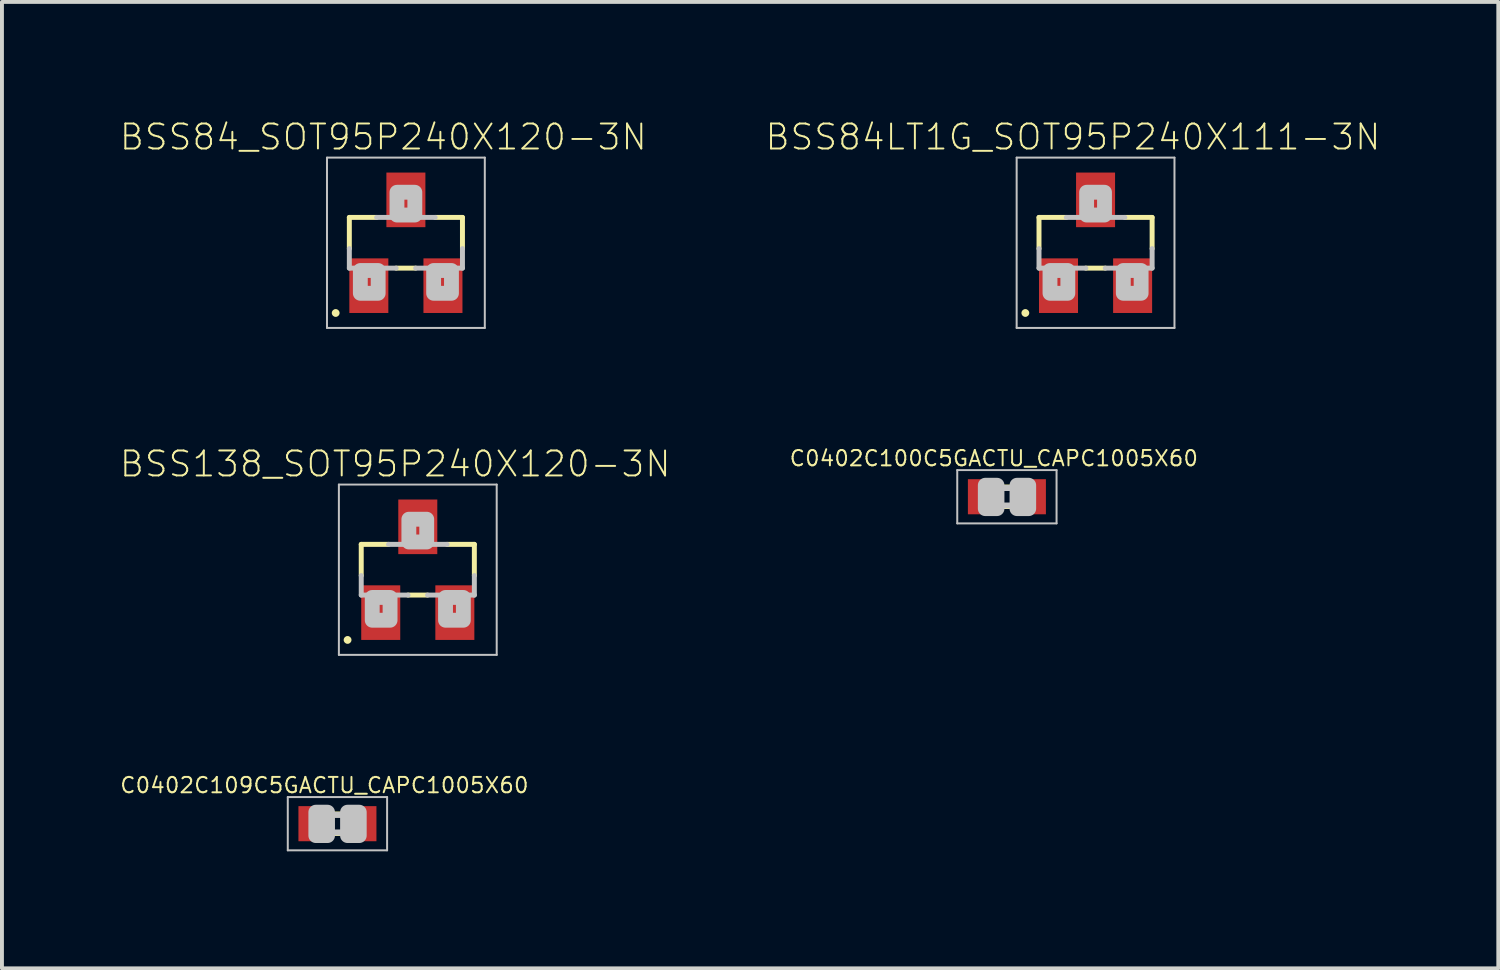
<source format=kicad_pcb>
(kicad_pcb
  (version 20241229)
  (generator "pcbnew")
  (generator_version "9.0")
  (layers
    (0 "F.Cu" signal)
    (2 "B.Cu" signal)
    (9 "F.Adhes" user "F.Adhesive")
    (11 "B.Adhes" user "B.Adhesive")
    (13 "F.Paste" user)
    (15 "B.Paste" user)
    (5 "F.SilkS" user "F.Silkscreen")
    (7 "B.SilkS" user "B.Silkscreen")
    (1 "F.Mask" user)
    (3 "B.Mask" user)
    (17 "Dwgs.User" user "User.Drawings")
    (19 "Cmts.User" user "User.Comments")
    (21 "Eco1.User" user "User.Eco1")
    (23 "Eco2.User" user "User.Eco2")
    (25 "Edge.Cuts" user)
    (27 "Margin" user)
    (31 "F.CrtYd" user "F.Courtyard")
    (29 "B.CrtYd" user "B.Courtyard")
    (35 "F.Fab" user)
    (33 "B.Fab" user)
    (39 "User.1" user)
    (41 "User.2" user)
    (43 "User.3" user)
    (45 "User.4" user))
  (footprint "C0402C100C5GACTU_CAPC1005X60"
    (layer "F.Cu")
    (at 22.764 9.685)
    (property "Reference" "C0402C100C5GACTU_CAPC1005X60" (at -0.335 -0.985 0) (layer "F.SilkS") (effects (font (size 0.394 0.394) (thickness 0.05))))
    (attr smd)
    (fp_line (start -0.15 -0.25) (end 0.15 -0.25) (stroke (width 0.127) (type solid)) (layer "F.SilkS"))
    (fp_line (start -0.15 0.25) (end 0.15 0.25) (stroke (width 0.127) (type solid)) (layer "F.SilkS"))
    (fp_line (start -1.273 -0.683) (end 1.273 -0.683) (stroke (width 0.051) (type solid)) (layer "Dwgs.User"))
    (fp_line (start -1.273 0.683) (end -1.273 -0.683) (stroke (width 0.051) (type solid)) (layer "Dwgs.User"))
    (fp_line (start -0.245 -0.224) (end 0.245 -0.224) (stroke (width 0.152) (type solid)) (layer "Dwgs.User"))
    (fp_line (start 0.245 0.224) (end -0.245 0.224) (stroke (width 0.152) (type solid)) (layer "Dwgs.User"))
    (fp_line (start 1.273 -0.683) (end 1.273 0.683) (stroke (width 0.051) (type solid)) (layer "Dwgs.User"))
    (fp_line (start 1.273 0.683) (end -1.273 0.683) (stroke (width 0.051) (type solid)) (layer "Dwgs.User"))
    (fp_poly (pts (xy -0.554 -0.295) (xy -0.254 -0.295) (xy -0.254 0.305) (xy -0.554 0.305)) (stroke (width 0.381) (type solid)) (fill no) (layer "Dwgs.User"))
    (fp_poly (pts (xy 0.259 -0.295) (xy 0.559 -0.295) (xy 0.559 0.305) (xy 0.259 0.305)) (stroke (width 0.381) (type solid)) (fill no) (layer "Dwgs.User"))
    (pad "1" smd rect (at -0.65 0) (size 0.7 0.9) (layers "F.Cu" "F.Mask" "F.Paste"))
    (pad "2" smd rect (at 0.65 0) (size 0.7 0.9) (layers "F.Cu" "F.Mask" "F.Paste")))
  (footprint "BSS84LT1G_SOT95P240X111-3N"
    (layer "F.Cu")
    (at 25.037 3.174)
    (property "Reference" "BSS84LT1G_SOT95P240X111-3N" (at -0.579 -2.711 0) (layer "F.SilkS") (effects (font (size 0.64 0.64) (thickness 0.05))))
    (attr smd)
    (fp_line (start -1.45 -0.65) (end -1.45 0.15) (stroke (width 0.127) (type solid)) (layer "F.SilkS"))
    (fp_line (start -1.45 -0.65) (end -0.75 -0.65) (stroke (width 0.127) (type solid)) (layer "F.SilkS"))
    (fp_line (start -0.25 0.65) (end 0.25 0.65) (stroke (width 0.127) (type solid)) (layer "F.SilkS"))
    (fp_line (start 1.45 -0.65) (end 0.75 -0.65) (stroke (width 0.127) (type solid)) (layer "F.SilkS"))
    (fp_line (start 1.45 -0.65) (end 1.45 0.15) (stroke (width 0.127) (type solid)) (layer "F.SilkS"))
    (fp_circle (center -1.8 1.8) (end -1.7 1.8) (stroke (width 0) (type solid)) (fill yes) (layer "F.SilkS"))
    (fp_line (start -2.023 -2.183) (end 2.023 -2.183) (stroke (width 0.051) (type solid)) (layer "Dwgs.User"))
    (fp_line (start -2.023 2.183) (end -2.023 -2.183) (stroke (width 0.051) (type solid)) (layer "Dwgs.User"))
    (fp_line (start -1.45 0.15) (end -1.45 0.65) (stroke (width 0.127) (type solid)) (layer "Dwgs.User"))
    (fp_line (start -1.45 0.65) (end -0.25 0.65) (stroke (width 0.127) (type solid)) (layer "Dwgs.User"))
    (fp_line (start -0.75 -0.65) (end 0.75 -0.65) (stroke (width 0.127) (type solid)) (layer "Dwgs.User"))
    (fp_line (start 0.25 0.65) (end 1.45 0.65) (stroke (width 0.127) (type solid)) (layer "Dwgs.User"))
    (fp_line (start 1.45 0.65) (end 1.45 0.15) (stroke (width 0.127) (type solid)) (layer "Dwgs.User"))
    (fp_line (start 2.023 -2.183) (end 2.023 2.183) (stroke (width 0.051) (type solid)) (layer "Dwgs.User"))
    (fp_line (start 2.023 2.183) (end -2.023 2.183) (stroke (width 0.051) (type solid)) (layer "Dwgs.User"))
    (fp_poly (pts (xy -1.168 0.711) (xy -0.711 0.711) (xy -0.711 1.295) (xy -1.168 1.295)) (stroke (width 0.381) (type solid)) (fill no) (layer "Dwgs.User"))
    (fp_poly (pts (xy -0.229 -1.295) (xy 0.229 -1.295) (xy 0.229 -0.711) (xy -0.229 -0.711)) (stroke (width 0.381) (type solid)) (fill no) (layer "Dwgs.User"))
    (fp_poly (pts (xy 0.711 0.711) (xy 1.168 0.711) (xy 1.168 1.295) (xy 0.711 1.295)) (stroke (width 0.381) (type solid)) (fill no) (layer "Dwgs.User"))
    (pad "1" smd rect (at -0.95 1.1) (size 1 1.4) (layers "F.Cu" "F.Mask" "F.Paste"))
    (pad "2" smd rect (at 0.95 1.1) (size 1 1.4) (layers "F.Cu" "F.Mask" "F.Paste"))
    (pad "3" smd rect (at 0 -1.1) (size 1 1.4) (layers "F.Cu" "F.Mask" "F.Paste")))
  (footprint "C0402C109C5GACTU_CAPC1005X60"
    (layer "F.Cu")
    (at 5.601 18.067)
    (property "Reference" "C0402C109C5GACTU_CAPC1005X60" (at -0.335 -0.985 0) (layer "F.SilkS") (effects (font (size 0.394 0.394) (thickness 0.05))))
    (attr smd)
    (fp_line (start -0.15 -0.25) (end 0.15 -0.25) (stroke (width 0.127) (type solid)) (layer "F.SilkS"))
    (fp_line (start -0.15 0.25) (end 0.15 0.25) (stroke (width 0.127) (type solid)) (layer "F.SilkS"))
    (fp_line (start -1.273 -0.683) (end 1.273 -0.683) (stroke (width 0.051) (type solid)) (layer "Dwgs.User"))
    (fp_line (start -1.273 0.683) (end -1.273 -0.683) (stroke (width 0.051) (type solid)) (layer "Dwgs.User"))
    (fp_line (start -0.245 -0.224) (end 0.245 -0.224) (stroke (width 0.152) (type solid)) (layer "Dwgs.User"))
    (fp_line (start 0.245 0.224) (end -0.245 0.224) (stroke (width 0.152) (type solid)) (layer "Dwgs.User"))
    (fp_line (start 1.273 -0.683) (end 1.273 0.683) (stroke (width 0.051) (type solid)) (layer "Dwgs.User"))
    (fp_line (start 1.273 0.683) (end -1.273 0.683) (stroke (width 0.051) (type solid)) (layer "Dwgs.User"))
    (fp_poly (pts (xy -0.554 -0.295) (xy -0.254 -0.295) (xy -0.254 0.305) (xy -0.554 0.305)) (stroke (width 0.381) (type solid)) (fill no) (layer "Dwgs.User"))
    (fp_poly (pts (xy 0.259 -0.295) (xy 0.559 -0.295) (xy 0.559 0.305) (xy 0.259 0.305)) (stroke (width 0.381) (type solid)) (fill no) (layer "Dwgs.User"))
    (pad "1" smd rect (at -0.65 0) (size 0.7 0.9) (layers "F.Cu" "F.Mask" "F.Paste"))
    (pad "2" smd rect (at 0.65 0) (size 0.7 0.9) (layers "F.Cu" "F.Mask" "F.Paste")))
  (footprint "BSS84_SOT95P240X120-3N"
    (layer "F.Cu")
    (at 7.356 3.174)
    (property "Reference" "BSS84_SOT95P240X120-3N" (at -0.579 -2.711 0) (layer "F.SilkS") (effects (font (size 0.64 0.64) (thickness 0.05))))
    (attr smd)
    (fp_line (start -1.45 -0.65) (end -1.45 0.15) (stroke (width 0.127) (type solid)) (layer "F.SilkS"))
    (fp_line (start -1.45 -0.65) (end -0.75 -0.65) (stroke (width 0.127) (type solid)) (layer "F.SilkS"))
    (fp_line (start -0.25 0.65) (end 0.25 0.65) (stroke (width 0.127) (type solid)) (layer "F.SilkS"))
    (fp_line (start 1.45 -0.65) (end 0.75 -0.65) (stroke (width 0.127) (type solid)) (layer "F.SilkS"))
    (fp_line (start 1.45 -0.65) (end 1.45 0.15) (stroke (width 0.127) (type solid)) (layer "F.SilkS"))
    (fp_circle (center -1.8 1.8) (end -1.7 1.8) (stroke (width 0) (type solid)) (fill yes) (layer "F.SilkS"))
    (fp_line (start -2.023 -2.183) (end 2.023 -2.183) (stroke (width 0.051) (type solid)) (layer "Dwgs.User"))
    (fp_line (start -2.023 2.183) (end -2.023 -2.183) (stroke (width 0.051) (type solid)) (layer "Dwgs.User"))
    (fp_line (start -1.45 0.15) (end -1.45 0.65) (stroke (width 0.127) (type solid)) (layer "Dwgs.User"))
    (fp_line (start -1.45 0.65) (end -0.25 0.65) (stroke (width 0.127) (type solid)) (layer "Dwgs.User"))
    (fp_line (start -0.75 -0.65) (end 0.75 -0.65) (stroke (width 0.127) (type solid)) (layer "Dwgs.User"))
    (fp_line (start 0.25 0.65) (end 1.45 0.65) (stroke (width 0.127) (type solid)) (layer "Dwgs.User"))
    (fp_line (start 1.45 0.65) (end 1.45 0.15) (stroke (width 0.127) (type solid)) (layer "Dwgs.User"))
    (fp_line (start 2.023 -2.183) (end 2.023 2.183) (stroke (width 0.051) (type solid)) (layer "Dwgs.User"))
    (fp_line (start 2.023 2.183) (end -2.023 2.183) (stroke (width 0.051) (type solid)) (layer "Dwgs.User"))
    (fp_poly (pts (xy -1.168 0.711) (xy -0.711 0.711) (xy -0.711 1.295) (xy -1.168 1.295)) (stroke (width 0.381) (type solid)) (fill no) (layer "Dwgs.User"))
    (fp_poly (pts (xy -0.229 -1.295) (xy 0.229 -1.295) (xy 0.229 -0.711) (xy -0.229 -0.711)) (stroke (width 0.381) (type solid)) (fill no) (layer "Dwgs.User"))
    (fp_poly (pts (xy 0.711 0.711) (xy 1.168 0.711) (xy 1.168 1.295) (xy 0.711 1.295)) (stroke (width 0.381) (type solid)) (fill no) (layer "Dwgs.User"))
    (pad "1" smd rect (at -0.95 1.1) (size 1 1.4) (layers "F.Cu" "F.Mask" "F.Paste"))
    (pad "2" smd rect (at 0.95 1.1) (size 1 1.4) (layers "F.Cu" "F.Mask" "F.Paste"))
    (pad "3" smd rect (at 0 -1.1) (size 1 1.4) (layers "F.Cu" "F.Mask" "F.Paste")))
  (footprint "BSS138_SOT95P240X120-3N"
    (layer "F.Cu")
    (at 7.661 11.556)
    (property "Reference" "BSS138_SOT95P240X120-3N" (at -0.579 -2.711 0) (layer "F.SilkS") (effects (font (size 0.64 0.64) (thickness 0.05))))
    (attr smd)
    (fp_line (start -1.45 -0.65) (end -1.45 0.15) (stroke (width 0.127) (type solid)) (layer "F.SilkS"))
    (fp_line (start -1.45 -0.65) (end -0.75 -0.65) (stroke (width 0.127) (type solid)) (layer "F.SilkS"))
    (fp_line (start -0.25 0.65) (end 0.25 0.65) (stroke (width 0.127) (type solid)) (layer "F.SilkS"))
    (fp_line (start 1.45 -0.65) (end 0.75 -0.65) (stroke (width 0.127) (type solid)) (layer "F.SilkS"))
    (fp_line (start 1.45 -0.65) (end 1.45 0.15) (stroke (width 0.127) (type solid)) (layer "F.SilkS"))
    (fp_circle (center -1.8 1.8) (end -1.7 1.8) (stroke (width 0) (type solid)) (fill yes) (layer "F.SilkS"))
    (fp_line (start -2.023 -2.183) (end 2.023 -2.183) (stroke (width 0.051) (type solid)) (layer "Dwgs.User"))
    (fp_line (start -2.023 2.183) (end -2.023 -2.183) (stroke (width 0.051) (type solid)) (layer "Dwgs.User"))
    (fp_line (start -1.45 0.15) (end -1.45 0.65) (stroke (width 0.127) (type solid)) (layer "Dwgs.User"))
    (fp_line (start -1.45 0.65) (end -0.25 0.65) (stroke (width 0.127) (type solid)) (layer "Dwgs.User"))
    (fp_line (start -0.75 -0.65) (end 0.75 -0.65) (stroke (width 0.127) (type solid)) (layer "Dwgs.User"))
    (fp_line (start 0.25 0.65) (end 1.45 0.65) (stroke (width 0.127) (type solid)) (layer "Dwgs.User"))
    (fp_line (start 1.45 0.65) (end 1.45 0.15) (stroke (width 0.127) (type solid)) (layer "Dwgs.User"))
    (fp_line (start 2.023 -2.183) (end 2.023 2.183) (stroke (width 0.051) (type solid)) (layer "Dwgs.User"))
    (fp_line (start 2.023 2.183) (end -2.023 2.183) (stroke (width 0.051) (type solid)) (layer "Dwgs.User"))
    (fp_poly (pts (xy -1.168 0.711) (xy -0.711 0.711) (xy -0.711 1.295) (xy -1.168 1.295)) (stroke (width 0.381) (type solid)) (fill no) (layer "Dwgs.User"))
    (fp_poly (pts (xy -0.229 -1.295) (xy 0.229 -1.295) (xy 0.229 -0.711) (xy -0.229 -0.711)) (stroke (width 0.381) (type solid)) (fill no) (layer "Dwgs.User"))
    (fp_poly (pts (xy 0.711 0.711) (xy 1.168 0.711) (xy 1.168 1.295) (xy 0.711 1.295)) (stroke (width 0.381) (type solid)) (fill no) (layer "Dwgs.User"))
    (pad "1" smd rect (at -0.95 1.1) (size 1 1.4) (layers "F.Cu" "F.Mask" "F.Paste"))
    (pad "2" smd rect (at 0.95 1.1) (size 1 1.4) (layers "F.Cu" "F.Mask" "F.Paste"))
    (pad "3" smd rect (at 0 -1.1) (size 1 1.4) (layers "F.Cu" "F.Mask" "F.Paste")))
  (gr_rect
    (start -3 -3)
    (end 35.362 21.775)
    (stroke (width 0.1) (type default))
    (fill no)
    (layer "Edge.Cuts")))
</source>
